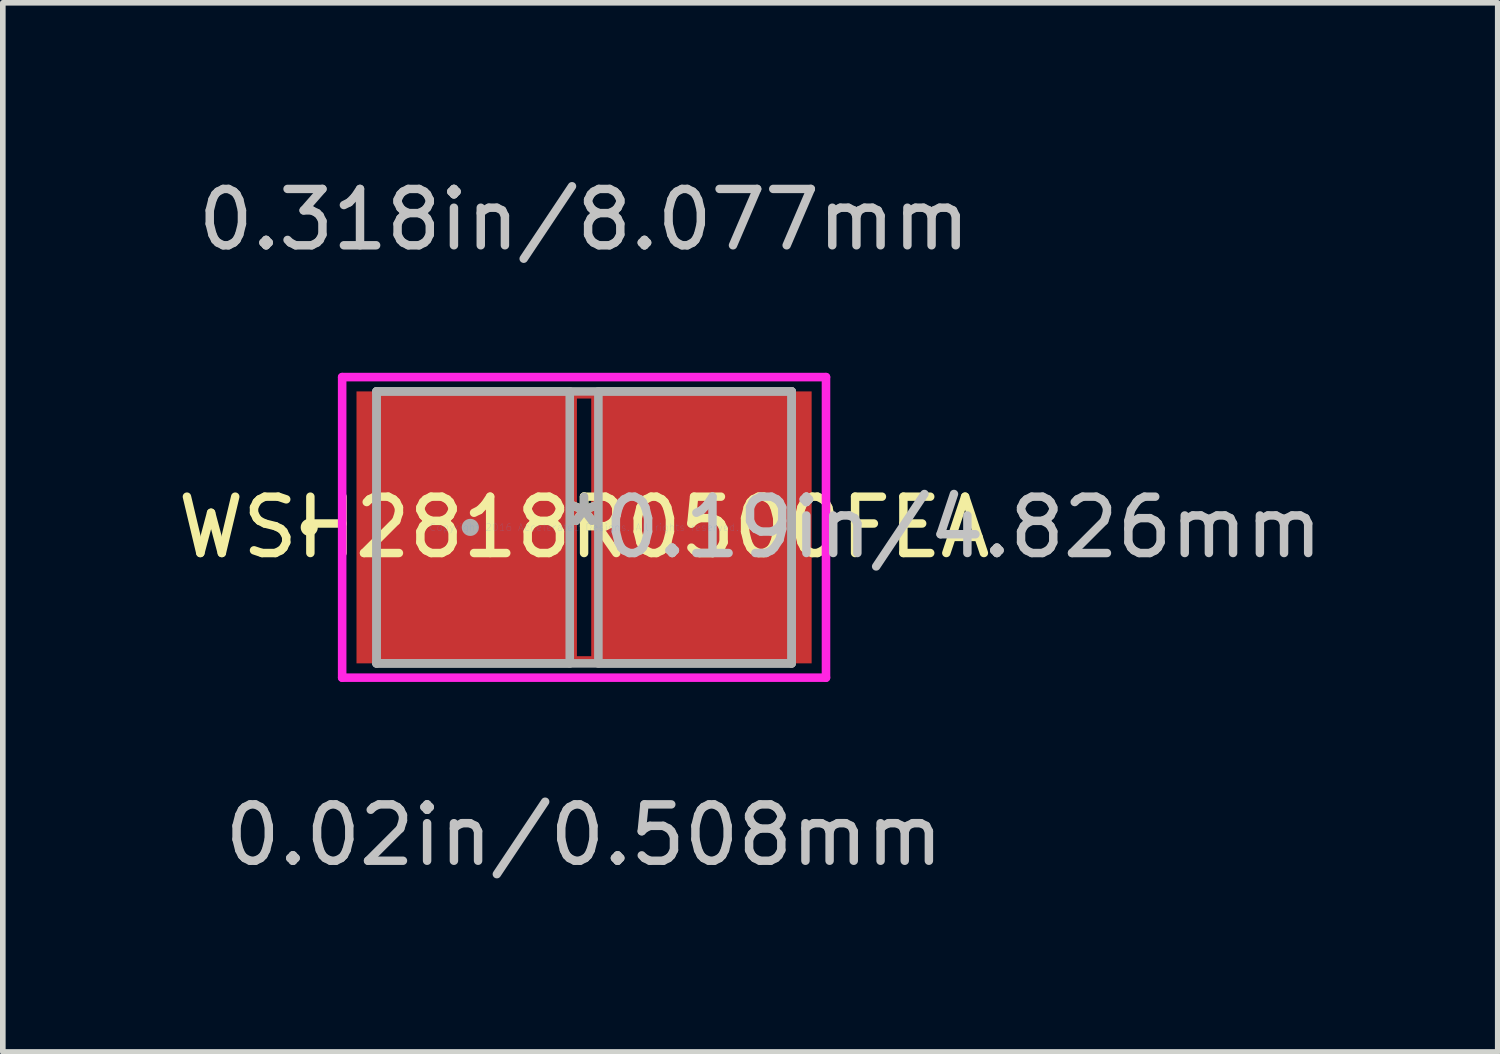
<source format=kicad_pcb>
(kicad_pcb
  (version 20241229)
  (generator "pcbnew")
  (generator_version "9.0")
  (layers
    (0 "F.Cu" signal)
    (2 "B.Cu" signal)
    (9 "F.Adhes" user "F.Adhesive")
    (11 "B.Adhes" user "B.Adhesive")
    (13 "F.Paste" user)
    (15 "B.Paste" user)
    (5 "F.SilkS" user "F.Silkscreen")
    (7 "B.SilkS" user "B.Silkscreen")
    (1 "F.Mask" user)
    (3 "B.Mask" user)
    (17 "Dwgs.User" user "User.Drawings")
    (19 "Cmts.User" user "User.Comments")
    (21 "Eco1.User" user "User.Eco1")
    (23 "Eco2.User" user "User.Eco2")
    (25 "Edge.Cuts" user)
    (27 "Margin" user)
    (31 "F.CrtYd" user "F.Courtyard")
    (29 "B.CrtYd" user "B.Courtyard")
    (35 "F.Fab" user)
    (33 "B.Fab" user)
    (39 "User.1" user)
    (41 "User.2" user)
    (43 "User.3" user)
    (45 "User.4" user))
  (footprint "WSH2818R0500FEA"
    (layer "F.Cu")
    (at 7.315 6.309)
    (property "Reference" "WSH2818R0500FEA" (at 0 0 0) (layer "F.SilkS") (effects (font (size 1 1) (thickness 0.15))))
    (attr through_hole)
    (fp_line (start -0.203 -2.362) (end 0.203 -2.362) (stroke (width 0.152) (type solid)) (layer "F.Cu"))
    (fp_line (start -0.203 2.362) (end -0.203 -2.362) (stroke (width 0.152) (type solid)) (layer "F.Cu"))
    (fp_line (start 0.203 -2.362) (end 0.203 2.362) (stroke (width 0.152) (type solid)) (layer "F.Cu"))
    (fp_line (start 0.203 2.362) (end -0.203 2.362) (stroke (width 0.152) (type solid)) (layer "F.Cu"))
    (fp_circle (center -4.877 0) (end -4.801 0) (stroke (width 0.152) (type solid)) (fill no) (layer "F.SilkS"))
    (fp_line (start -4.293 -2.667) (end 4.293 -2.667) (stroke (width 0.152) (type solid)) (layer "F.CrtYd"))
    (fp_line (start -4.293 2.667) (end -4.293 -2.667) (stroke (width 0.152) (type solid)) (layer "F.CrtYd"))
    (fp_line (start 4.293 -2.667) (end 4.293 2.667) (stroke (width 0.152) (type solid)) (layer "F.CrtYd"))
    (fp_line (start 4.293 2.667) (end -4.293 2.667) (stroke (width 0.152) (type solid)) (layer "F.CrtYd"))
    (fp_line (start -3.683 -2.413) (end -3.683 2.413) (stroke (width 0.152) (type solid)) (layer "F.Fab"))
    (fp_line (start -3.683 -2.413) (end -3.683 2.413) (stroke (width 0.152) (type solid)) (layer "F.Fab"))
    (fp_line (start -3.683 2.413) (end -0.254 2.413) (stroke (width 0.152) (type solid)) (layer "F.Fab"))
    (fp_line (start -3.683 2.413) (end 3.683 2.413) (stroke (width 0.152) (type solid)) (layer "F.Fab"))
    (fp_line (start -0.254 -2.413) (end -3.683 -2.413) (stroke (width 0.152) (type solid)) (layer "F.Fab"))
    (fp_line (start -0.254 2.413) (end -0.254 -2.413) (stroke (width 0.152) (type solid)) (layer "F.Fab"))
    (fp_line (start 0.254 -2.413) (end 0.254 2.413) (stroke (width 0.152) (type solid)) (layer "F.Fab"))
    (fp_line (start 0.254 2.413) (end 3.683 2.413) (stroke (width 0.152) (type solid)) (layer "F.Fab"))
    (fp_line (start 3.683 -2.413) (end -3.683 -2.413) (stroke (width 0.152) (type solid)) (layer "F.Fab"))
    (fp_line (start 3.683 -2.413) (end 0.254 -2.413) (stroke (width 0.152) (type solid)) (layer "F.Fab"))
    (fp_line (start 3.683 2.413) (end 3.683 -2.413) (stroke (width 0.152) (type solid)) (layer "F.Fab"))
    (fp_line (start 3.683 2.413) (end 3.683 -2.413) (stroke (width 0.152) (type solid)) (layer "F.Fab"))
    (fp_circle (center -2.019 0) (end -1.943 0) (stroke (width 0.152) (type solid)) (fill no) (layer "F.Fab"))
    (fp_text user "*" (at 0 0 0) (layer "F.SilkS") (effects (font (size 1 1) (thickness 0.15))))
    (fp_text user "0.02in/0.508mm" (at 0 5.461 0) (layer "Dwgs.User") (effects (font (size 1 1) (thickness 0.15))))
    (fp_text user "0.19in/4.826mm" (at 6.731 0 0) (layer "Dwgs.User") (effects (font (size 1 1) (thickness 0.15))))
    (fp_text user "0.318in/8.077mm" (at 0 -5.461 0) (layer "Dwgs.User") (effects (font (size 1 1) (thickness 0.15))))
    (fp_text user "Copyright 2016 Accelerated Designs. All rights reserved." (at 0 0 0) (layer "Cmts.User") (effects (font (size 0.127 0.127) (thickness 0.002))))
    (fp_text user "*" (at 0 0 0) (layer "F.Fab") (effects (font (size 1 1) (thickness 0.15))))
    (pad "1" smd rect (at -2.146 0) (size 3.785 4.826) (layers "F.Cu" "F.Mask" "F.Paste"))
    (pad "2" smd rect (at 2.146 0) (size 3.785 4.826) (layers "F.Cu" "F.Mask" "F.Paste")))
  (gr_rect
    (start -3 -3)
    (end 23.529 15.618)
    (stroke (width 0.1) (type default))
    (fill no)
    (layer "Edge.Cuts")))
</source>
